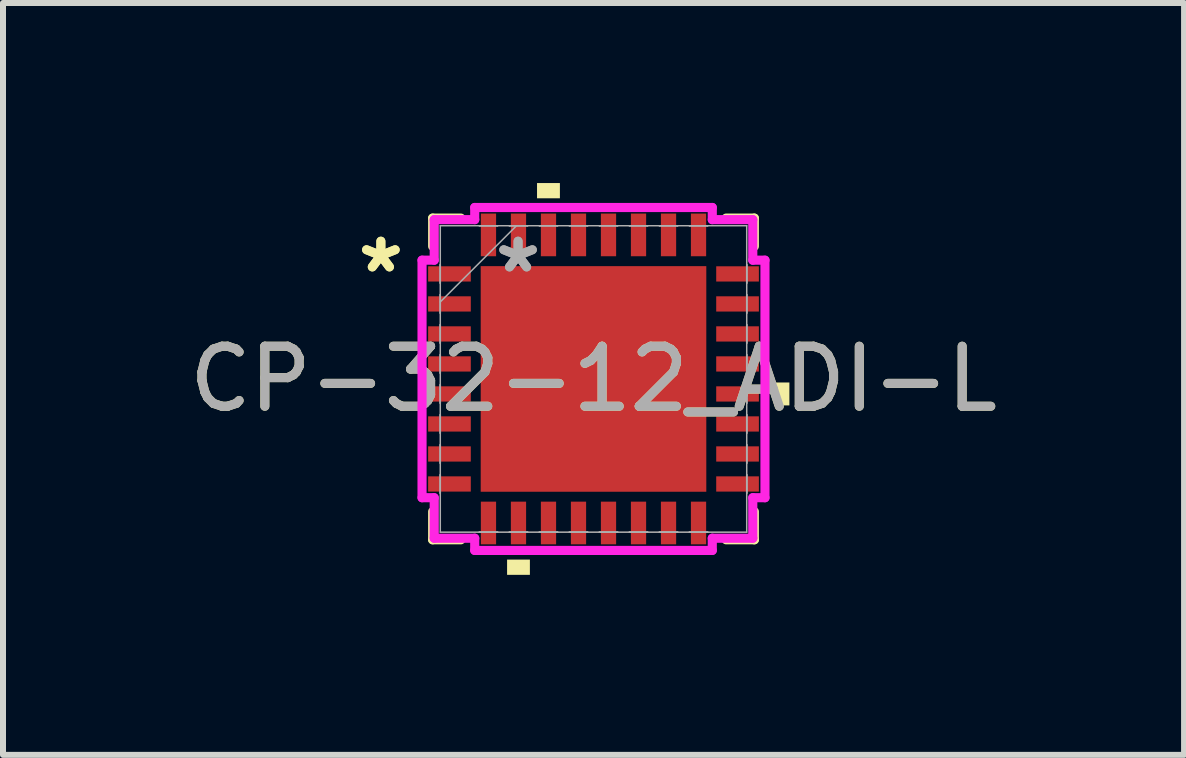
<source format=kicad_pcb>
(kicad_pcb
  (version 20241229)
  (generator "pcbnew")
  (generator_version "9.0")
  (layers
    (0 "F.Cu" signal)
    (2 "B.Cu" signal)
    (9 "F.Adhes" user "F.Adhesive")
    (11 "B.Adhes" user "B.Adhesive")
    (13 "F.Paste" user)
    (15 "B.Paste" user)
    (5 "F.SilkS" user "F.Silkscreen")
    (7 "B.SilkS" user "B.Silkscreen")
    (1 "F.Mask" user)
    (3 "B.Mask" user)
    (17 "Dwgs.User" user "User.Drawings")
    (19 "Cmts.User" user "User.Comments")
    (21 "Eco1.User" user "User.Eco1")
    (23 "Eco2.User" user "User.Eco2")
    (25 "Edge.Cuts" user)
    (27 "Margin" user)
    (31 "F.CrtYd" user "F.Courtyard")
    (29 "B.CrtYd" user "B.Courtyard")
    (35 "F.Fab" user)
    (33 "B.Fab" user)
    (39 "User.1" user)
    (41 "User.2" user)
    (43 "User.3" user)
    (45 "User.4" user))
  (footprint "CP-32-12_ADI-L"
    (layer "F.Cu")
    (at 6.839 3.264)
    (property "Reference" "CP-32-12_ADI-L" (at 0 0 0) (unlocked yes) (layer "F.SilkS") (effects (font (size 1 1) (thickness 0.15))))
    (attr smd)
    (fp_line (start -2.68 -2.68) (end -2.68 -2.21) (stroke (width 0.152) (type solid)) (layer "F.SilkS"))
    (fp_line (start -2.68 2.21) (end -2.68 2.68) (stroke (width 0.152) (type solid)) (layer "F.SilkS"))
    (fp_line (start -2.68 2.68) (end -2.21 2.68) (stroke (width 0.152) (type solid)) (layer "F.SilkS"))
    (fp_line (start -2.21 -2.68) (end -2.68 -2.68) (stroke (width 0.152) (type solid)) (layer "F.SilkS"))
    (fp_line (start 2.21 2.68) (end 2.68 2.68) (stroke (width 0.152) (type solid)) (layer "F.SilkS"))
    (fp_line (start 2.68 -2.68) (end 2.21 -2.68) (stroke (width 0.152) (type solid)) (layer "F.SilkS"))
    (fp_line (start 2.68 -2.21) (end 2.68 -2.68) (stroke (width 0.152) (type solid)) (layer "F.SilkS"))
    (fp_line (start 2.68 2.68) (end 2.68 2.21) (stroke (width 0.152) (type solid)) (layer "F.SilkS"))
    (fp_poly (pts (xy -1.44 3.01) (xy -1.44 3.264) (xy -1.06 3.264) (xy -1.06 3.01)) (stroke (width 0) (type solid)) (fill yes) (layer "F.SilkS"))
    (fp_poly (pts (xy -0.941 -3.01) (xy -0.941 -3.264) (xy -0.56 -3.264) (xy -0.56 -3.01)) (stroke (width 0) (type solid)) (fill yes) (layer "F.SilkS"))
    (fp_poly (pts (xy 3.264 0.059) (xy 3.264 0.441) (xy 3.01 0.441) (xy 3.01 0.059)) (stroke (width 0) (type solid)) (fill yes) (layer "F.SilkS"))
    (fp_line (start -2.857 -1.979) (end -2.654 -1.979) (stroke (width 0.152) (type solid)) (layer "F.CrtYd"))
    (fp_line (start -2.857 1.979) (end -2.857 -1.979) (stroke (width 0.152) (type solid)) (layer "F.CrtYd"))
    (fp_line (start -2.654 -2.654) (end -1.979 -2.654) (stroke (width 0.152) (type solid)) (layer "F.CrtYd"))
    (fp_line (start -2.654 -1.979) (end -2.654 -2.654) (stroke (width 0.152) (type solid)) (layer "F.CrtYd"))
    (fp_line (start -2.654 1.979) (end -2.857 1.979) (stroke (width 0.152) (type solid)) (layer "F.CrtYd"))
    (fp_line (start -2.654 2.654) (end -2.654 1.979) (stroke (width 0.152) (type solid)) (layer "F.CrtYd"))
    (fp_line (start -1.979 -2.857) (end 1.979 -2.857) (stroke (width 0.152) (type solid)) (layer "F.CrtYd"))
    (fp_line (start -1.979 -2.654) (end -1.979 -2.857) (stroke (width 0.152) (type solid)) (layer "F.CrtYd"))
    (fp_line (start -1.979 2.654) (end -2.654 2.654) (stroke (width 0.152) (type solid)) (layer "F.CrtYd"))
    (fp_line (start -1.979 2.857) (end -1.979 2.654) (stroke (width 0.152) (type solid)) (layer "F.CrtYd"))
    (fp_line (start 1.979 -2.857) (end 1.979 -2.654) (stroke (width 0.152) (type solid)) (layer "F.CrtYd"))
    (fp_line (start 1.979 -2.654) (end 2.654 -2.654) (stroke (width 0.152) (type solid)) (layer "F.CrtYd"))
    (fp_line (start 1.979 2.654) (end 1.979 2.857) (stroke (width 0.152) (type solid)) (layer "F.CrtYd"))
    (fp_line (start 1.979 2.857) (end -1.979 2.857) (stroke (width 0.152) (type solid)) (layer "F.CrtYd"))
    (fp_line (start 2.654 -2.654) (end 2.654 -1.979) (stroke (width 0.152) (type solid)) (layer "F.CrtYd"))
    (fp_line (start 2.654 -1.979) (end 2.857 -1.979) (stroke (width 0.152) (type solid)) (layer "F.CrtYd"))
    (fp_line (start 2.654 1.979) (end 2.654 2.654) (stroke (width 0.152) (type solid)) (layer "F.CrtYd"))
    (fp_line (start 2.654 2.654) (end 1.979 2.654) (stroke (width 0.152) (type solid)) (layer "F.CrtYd"))
    (fp_line (start 2.857 -1.979) (end 2.857 1.979) (stroke (width 0.152) (type solid)) (layer "F.CrtYd"))
    (fp_line (start 2.857 1.979) (end 2.654 1.979) (stroke (width 0.152) (type solid)) (layer "F.CrtYd"))
    (fp_line (start -2.553 -2.553) (end -2.553 2.553) (stroke (width 0.025) (type solid)) (layer "F.Fab"))
    (fp_line (start -2.553 -1.902) (end -2.553 -1.902) (stroke (width 0.025) (type solid)) (layer "F.Fab"))
    (fp_line (start -2.553 -1.902) (end -2.553 -1.598) (stroke (width 0.025) (type solid)) (layer "F.Fab"))
    (fp_line (start -2.553 -1.598) (end -2.553 -1.902) (stroke (width 0.025) (type solid)) (layer "F.Fab"))
    (fp_line (start -2.553 -1.598) (end -2.553 -1.598) (stroke (width 0.025) (type solid)) (layer "F.Fab"))
    (fp_line (start -2.553 -1.402) (end -2.553 -1.402) (stroke (width 0.025) (type solid)) (layer "F.Fab"))
    (fp_line (start -2.553 -1.402) (end -2.553 -1.098) (stroke (width 0.025) (type solid)) (layer "F.Fab"))
    (fp_line (start -2.553 -1.283) (end -1.283 -2.553) (stroke (width 0.025) (type solid)) (layer "F.Fab"))
    (fp_line (start -2.553 -1.098) (end -2.553 -1.402) (stroke (width 0.025) (type solid)) (layer "F.Fab"))
    (fp_line (start -2.553 -1.098) (end -2.553 -1.098) (stroke (width 0.025) (type solid)) (layer "F.Fab"))
    (fp_line (start -2.553 -0.902) (end -2.553 -0.902) (stroke (width 0.025) (type solid)) (layer "F.Fab"))
    (fp_line (start -2.553 -0.902) (end -2.553 -0.598) (stroke (width 0.025) (type solid)) (layer "F.Fab"))
    (fp_line (start -2.553 -0.598) (end -2.553 -0.902) (stroke (width 0.025) (type solid)) (layer "F.Fab"))
    (fp_line (start -2.553 -0.598) (end -2.553 -0.598) (stroke (width 0.025) (type solid)) (layer "F.Fab"))
    (fp_line (start -2.553 -0.402) (end -2.553 -0.402) (stroke (width 0.025) (type solid)) (layer "F.Fab"))
    (fp_line (start -2.553 -0.402) (end -2.553 -0.098) (stroke (width 0.025) (type solid)) (layer "F.Fab"))
    (fp_line (start -2.553 -0.098) (end -2.553 -0.402) (stroke (width 0.025) (type solid)) (layer "F.Fab"))
    (fp_line (start -2.553 -0.098) (end -2.553 -0.098) (stroke (width 0.025) (type solid)) (layer "F.Fab"))
    (fp_line (start -2.553 0.098) (end -2.553 0.098) (stroke (width 0.025) (type solid)) (layer "F.Fab"))
    (fp_line (start -2.553 0.098) (end -2.553 0.402) (stroke (width 0.025) (type solid)) (layer "F.Fab"))
    (fp_line (start -2.553 0.402) (end -2.553 0.098) (stroke (width 0.025) (type solid)) (layer "F.Fab"))
    (fp_line (start -2.553 0.402) (end -2.553 0.402) (stroke (width 0.025) (type solid)) (layer "F.Fab"))
    (fp_line (start -2.553 0.598) (end -2.553 0.598) (stroke (width 0.025) (type solid)) (layer "F.Fab"))
    (fp_line (start -2.553 0.598) (end -2.553 0.902) (stroke (width 0.025) (type solid)) (layer "F.Fab"))
    (fp_line (start -2.553 0.902) (end -2.553 0.598) (stroke (width 0.025) (type solid)) (layer "F.Fab"))
    (fp_line (start -2.553 0.902) (end -2.553 0.902) (stroke (width 0.025) (type solid)) (layer "F.Fab"))
    (fp_line (start -2.553 1.098) (end -2.553 1.098) (stroke (width 0.025) (type solid)) (layer "F.Fab"))
    (fp_line (start -2.553 1.098) (end -2.553 1.402) (stroke (width 0.025) (type solid)) (layer "F.Fab"))
    (fp_line (start -2.553 1.402) (end -2.553 1.098) (stroke (width 0.025) (type solid)) (layer "F.Fab"))
    (fp_line (start -2.553 1.402) (end -2.553 1.402) (stroke (width 0.025) (type solid)) (layer "F.Fab"))
    (fp_line (start -2.553 1.598) (end -2.553 1.598) (stroke (width 0.025) (type solid)) (layer "F.Fab"))
    (fp_line (start -2.553 1.598) (end -2.553 1.902) (stroke (width 0.025) (type solid)) (layer "F.Fab"))
    (fp_line (start -2.553 1.902) (end -2.553 1.598) (stroke (width 0.025) (type solid)) (layer "F.Fab"))
    (fp_line (start -2.553 1.902) (end -2.553 1.902) (stroke (width 0.025) (type solid)) (layer "F.Fab"))
    (fp_line (start -2.553 2.553) (end 2.553 2.553) (stroke (width 0.025) (type solid)) (layer "F.Fab"))
    (fp_line (start -1.902 -2.553) (end -1.902 -2.553) (stroke (width 0.025) (type solid)) (layer "F.Fab"))
    (fp_line (start -1.902 -2.553) (end -1.598 -2.553) (stroke (width 0.025) (type solid)) (layer "F.Fab"))
    (fp_line (start -1.902 2.553) (end -1.902 2.553) (stroke (width 0.025) (type solid)) (layer "F.Fab"))
    (fp_line (start -1.902 2.553) (end -1.598 2.553) (stroke (width 0.025) (type solid)) (layer "F.Fab"))
    (fp_line (start -1.598 -2.553) (end -1.902 -2.553) (stroke (width 0.025) (type solid)) (layer "F.Fab"))
    (fp_line (start -1.598 -2.553) (end -1.598 -2.553) (stroke (width 0.025) (type solid)) (layer "F.Fab"))
    (fp_line (start -1.598 2.553) (end -1.902 2.553) (stroke (width 0.025) (type solid)) (layer "F.Fab"))
    (fp_line (start -1.598 2.553) (end -1.598 2.553) (stroke (width 0.025) (type solid)) (layer "F.Fab"))
    (fp_line (start -1.402 -2.553) (end -1.402 -2.553) (stroke (width 0.025) (type solid)) (layer "F.Fab"))
    (fp_line (start -1.402 -2.553) (end -1.098 -2.553) (stroke (width 0.025) (type solid)) (layer "F.Fab"))
    (fp_line (start -1.402 2.553) (end -1.402 2.553) (stroke (width 0.025) (type solid)) (layer "F.Fab"))
    (fp_line (start -1.402 2.553) (end -1.098 2.553) (stroke (width 0.025) (type solid)) (layer "F.Fab"))
    (fp_line (start -1.098 -2.553) (end -1.402 -2.553) (stroke (width 0.025) (type solid)) (layer "F.Fab"))
    (fp_line (start -1.098 -2.553) (end -1.098 -2.553) (stroke (width 0.025) (type solid)) (layer "F.Fab"))
    (fp_line (start -1.098 2.553) (end -1.402 2.553) (stroke (width 0.025) (type solid)) (layer "F.Fab"))
    (fp_line (start -1.098 2.553) (end -1.098 2.553) (stroke (width 0.025) (type solid)) (layer "F.Fab"))
    (fp_line (start -0.902 -2.553) (end -0.902 -2.553) (stroke (width 0.025) (type solid)) (layer "F.Fab"))
    (fp_line (start -0.902 -2.553) (end -0.598 -2.553) (stroke (width 0.025) (type solid)) (layer "F.Fab"))
    (fp_line (start -0.902 2.553) (end -0.902 2.553) (stroke (width 0.025) (type solid)) (layer "F.Fab"))
    (fp_line (start -0.902 2.553) (end -0.598 2.553) (stroke (width 0.025) (type solid)) (layer "F.Fab"))
    (fp_line (start -0.598 -2.553) (end -0.902 -2.553) (stroke (width 0.025) (type solid)) (layer "F.Fab"))
    (fp_line (start -0.598 -2.553) (end -0.598 -2.553) (stroke (width 0.025) (type solid)) (layer "F.Fab"))
    (fp_line (start -0.598 2.553) (end -0.902 2.553) (stroke (width 0.025) (type solid)) (layer "F.Fab"))
    (fp_line (start -0.598 2.553) (end -0.598 2.553) (stroke (width 0.025) (type solid)) (layer "F.Fab"))
    (fp_line (start -0.402 -2.553) (end -0.402 -2.553) (stroke (width 0.025) (type solid)) (layer "F.Fab"))
    (fp_line (start -0.402 -2.553) (end -0.098 -2.553) (stroke (width 0.025) (type solid)) (layer "F.Fab"))
    (fp_line (start -0.402 2.553) (end -0.402 2.553) (stroke (width 0.025) (type solid)) (layer "F.Fab"))
    (fp_line (start -0.402 2.553) (end -0.098 2.553) (stroke (width 0.025) (type solid)) (layer "F.Fab"))
    (fp_line (start -0.098 -2.553) (end -0.402 -2.553) (stroke (width 0.025) (type solid)) (layer "F.Fab"))
    (fp_line (start -0.098 -2.553) (end -0.098 -2.553) (stroke (width 0.025) (type solid)) (layer "F.Fab"))
    (fp_line (start -0.098 2.553) (end -0.402 2.553) (stroke (width 0.025) (type solid)) (layer "F.Fab"))
    (fp_line (start -0.098 2.553) (end -0.098 2.553) (stroke (width 0.025) (type solid)) (layer "F.Fab"))
    (fp_line (start 0.098 -2.553) (end 0.098 -2.553) (stroke (width 0.025) (type solid)) (layer "F.Fab"))
    (fp_line (start 0.098 -2.553) (end 0.402 -2.553) (stroke (width 0.025) (type solid)) (layer "F.Fab"))
    (fp_line (start 0.098 2.553) (end 0.098 2.553) (stroke (width 0.025) (type solid)) (layer "F.Fab"))
    (fp_line (start 0.098 2.553) (end 0.402 2.553) (stroke (width 0.025) (type solid)) (layer "F.Fab"))
    (fp_line (start 0.402 -2.553) (end 0.098 -2.553) (stroke (width 0.025) (type solid)) (layer "F.Fab"))
    (fp_line (start 0.402 -2.553) (end 0.402 -2.553) (stroke (width 0.025) (type solid)) (layer "F.Fab"))
    (fp_line (start 0.402 2.553) (end 0.098 2.553) (stroke (width 0.025) (type solid)) (layer "F.Fab"))
    (fp_line (start 0.402 2.553) (end 0.402 2.553) (stroke (width 0.025) (type solid)) (layer "F.Fab"))
    (fp_line (start 0.598 -2.553) (end 0.598 -2.553) (stroke (width 0.025) (type solid)) (layer "F.Fab"))
    (fp_line (start 0.598 -2.553) (end 0.902 -2.553) (stroke (width 0.025) (type solid)) (layer "F.Fab"))
    (fp_line (start 0.598 2.553) (end 0.598 2.553) (stroke (width 0.025) (type solid)) (layer "F.Fab"))
    (fp_line (start 0.598 2.553) (end 0.902 2.553) (stroke (width 0.025) (type solid)) (layer "F.Fab"))
    (fp_line (start 0.902 -2.553) (end 0.598 -2.553) (stroke (width 0.025) (type solid)) (layer "F.Fab"))
    (fp_line (start 0.902 -2.553) (end 0.902 -2.553) (stroke (width 0.025) (type solid)) (layer "F.Fab"))
    (fp_line (start 0.902 2.553) (end 0.598 2.553) (stroke (width 0.025) (type solid)) (layer "F.Fab"))
    (fp_line (start 0.902 2.553) (end 0.902 2.553) (stroke (width 0.025) (type solid)) (layer "F.Fab"))
    (fp_line (start 1.098 -2.553) (end 1.098 -2.553) (stroke (width 0.025) (type solid)) (layer "F.Fab"))
    (fp_line (start 1.098 -2.553) (end 1.402 -2.553) (stroke (width 0.025) (type solid)) (layer "F.Fab"))
    (fp_line (start 1.098 2.553) (end 1.098 2.553) (stroke (width 0.025) (type solid)) (layer "F.Fab"))
    (fp_line (start 1.098 2.553) (end 1.402 2.553) (stroke (width 0.025) (type solid)) (layer "F.Fab"))
    (fp_line (start 1.402 -2.553) (end 1.098 -2.553) (stroke (width 0.025) (type solid)) (layer "F.Fab"))
    (fp_line (start 1.402 -2.553) (end 1.402 -2.553) (stroke (width 0.025) (type solid)) (layer "F.Fab"))
    (fp_line (start 1.402 2.553) (end 1.098 2.553) (stroke (width 0.025) (type solid)) (layer "F.Fab"))
    (fp_line (start 1.402 2.553) (end 1.402 2.553) (stroke (width 0.025) (type solid)) (layer "F.Fab"))
    (fp_line (start 1.598 -2.553) (end 1.598 -2.553) (stroke (width 0.025) (type solid)) (layer "F.Fab"))
    (fp_line (start 1.598 -2.553) (end 1.902 -2.553) (stroke (width 0.025) (type solid)) (layer "F.Fab"))
    (fp_line (start 1.598 2.553) (end 1.598 2.553) (stroke (width 0.025) (type solid)) (layer "F.Fab"))
    (fp_line (start 1.598 2.553) (end 1.902 2.553) (stroke (width 0.025) (type solid)) (layer "F.Fab"))
    (fp_line (start 1.902 -2.553) (end 1.598 -2.553) (stroke (width 0.025) (type solid)) (layer "F.Fab"))
    (fp_line (start 1.902 -2.553) (end 1.902 -2.553) (stroke (width 0.025) (type solid)) (layer "F.Fab"))
    (fp_line (start 1.902 2.553) (end 1.598 2.553) (stroke (width 0.025) (type solid)) (layer "F.Fab"))
    (fp_line (start 1.902 2.553) (end 1.902 2.553) (stroke (width 0.025) (type solid)) (layer "F.Fab"))
    (fp_line (start 2.553 -2.553) (end -2.553 -2.553) (stroke (width 0.025) (type solid)) (layer "F.Fab"))
    (fp_line (start 2.553 -1.902) (end 2.553 -1.902) (stroke (width 0.025) (type solid)) (layer "F.Fab"))
    (fp_line (start 2.553 -1.902) (end 2.553 -1.598) (stroke (width 0.025) (type solid)) (layer "F.Fab"))
    (fp_line (start 2.553 -1.598) (end 2.553 -1.902) (stroke (width 0.025) (type solid)) (layer "F.Fab"))
    (fp_line (start 2.553 -1.598) (end 2.553 -1.598) (stroke (width 0.025) (type solid)) (layer "F.Fab"))
    (fp_line (start 2.553 -1.402) (end 2.553 -1.402) (stroke (width 0.025) (type solid)) (layer "F.Fab"))
    (fp_line (start 2.553 -1.402) (end 2.553 -1.098) (stroke (width 0.025) (type solid)) (layer "F.Fab"))
    (fp_line (start 2.553 -1.098) (end 2.553 -1.402) (stroke (width 0.025) (type solid)) (layer "F.Fab"))
    (fp_line (start 2.553 -1.098) (end 2.553 -1.098) (stroke (width 0.025) (type solid)) (layer "F.Fab"))
    (fp_line (start 2.553 -0.902) (end 2.553 -0.902) (stroke (width 0.025) (type solid)) (layer "F.Fab"))
    (fp_line (start 2.553 -0.902) (end 2.553 -0.598) (stroke (width 0.025) (type solid)) (layer "F.Fab"))
    (fp_line (start 2.553 -0.598) (end 2.553 -0.902) (stroke (width 0.025) (type solid)) (layer "F.Fab"))
    (fp_line (start 2.553 -0.598) (end 2.553 -0.598) (stroke (width 0.025) (type solid)) (layer "F.Fab"))
    (fp_line (start 2.553 -0.402) (end 2.553 -0.402) (stroke (width 0.025) (type solid)) (layer "F.Fab"))
    (fp_line (start 2.553 -0.402) (end 2.553 -0.098) (stroke (width 0.025) (type solid)) (layer "F.Fab"))
    (fp_line (start 2.553 -0.098) (end 2.553 -0.402) (stroke (width 0.025) (type solid)) (layer "F.Fab"))
    (fp_line (start 2.553 -0.098) (end 2.553 -0.098) (stroke (width 0.025) (type solid)) (layer "F.Fab"))
    (fp_line (start 2.553 0.098) (end 2.553 0.098) (stroke (width 0.025) (type solid)) (layer "F.Fab"))
    (fp_line (start 2.553 0.098) (end 2.553 0.402) (stroke (width 0.025) (type solid)) (layer "F.Fab"))
    (fp_line (start 2.553 0.402) (end 2.553 0.098) (stroke (width 0.025) (type solid)) (layer "F.Fab"))
    (fp_line (start 2.553 0.402) (end 2.553 0.402) (stroke (width 0.025) (type solid)) (layer "F.Fab"))
    (fp_line (start 2.553 0.598) (end 2.553 0.598) (stroke (width 0.025) (type solid)) (layer "F.Fab"))
    (fp_line (start 2.553 0.598) (end 2.553 0.902) (stroke (width 0.025) (type solid)) (layer "F.Fab"))
    (fp_line (start 2.553 0.902) (end 2.553 0.598) (stroke (width 0.025) (type solid)) (layer "F.Fab"))
    (fp_line (start 2.553 0.902) (end 2.553 0.902) (stroke (width 0.025) (type solid)) (layer "F.Fab"))
    (fp_line (start 2.553 1.098) (end 2.553 1.098) (stroke (width 0.025) (type solid)) (layer "F.Fab"))
    (fp_line (start 2.553 1.098) (end 2.553 1.402) (stroke (width 0.025) (type solid)) (layer "F.Fab"))
    (fp_line (start 2.553 1.402) (end 2.553 1.098) (stroke (width 0.025) (type solid)) (layer "F.Fab"))
    (fp_line (start 2.553 1.402) (end 2.553 1.402) (stroke (width 0.025) (type solid)) (layer "F.Fab"))
    (fp_line (start 2.553 1.598) (end 2.553 1.598) (stroke (width 0.025) (type solid)) (layer "F.Fab"))
    (fp_line (start 2.553 1.598) (end 2.553 1.902) (stroke (width 0.025) (type solid)) (layer "F.Fab"))
    (fp_line (start 2.553 1.902) (end 2.553 1.598) (stroke (width 0.025) (type solid)) (layer "F.Fab"))
    (fp_line (start 2.553 1.902) (end 2.553 1.902) (stroke (width 0.025) (type solid)) (layer "F.Fab"))
    (fp_line (start 2.553 2.553) (end 2.553 -2.553) (stroke (width 0.025) (type solid)) (layer "F.Fab"))
    (fp_text user "*" (at -3.543 -1.75 0) (layer "F.SilkS") (effects (font (size 1 1) (thickness 0.15))))
    (fp_text user "*" (at -3.543 -1.75 0) (unlocked yes) (layer "F.SilkS") (effects (font (size 1 1) (thickness 0.15))))
    (fp_text user "*" (at -1.257 -1.75 0) (layer "F.Fab") (effects (font (size 1 1) (thickness 0.15))))
    (fp_text user "${REFERENCE}" (at 0 0 0) (unlocked yes) (layer "F.Fab") (effects (font (size 1 1) (thickness 0.15))))
    (fp_text user "*" (at -1.257 -1.75 0) (unlocked yes) (layer "F.Fab") (effects (font (size 1 1) (thickness 0.15))))
    (pad "1" smd rect (at -2.4 -1.75 90) (size 0.254 0.711) (layers "F.Cu" "F.Mask" "F.Paste"))
    (pad "2" smd rect (at -2.4 -1.25 90) (size 0.254 0.711) (layers "F.Cu" "F.Mask" "F.Paste"))
    (pad "3" smd rect (at -2.4 -0.75 90) (size 0.254 0.711) (layers "F.Cu" "F.Mask" "F.Paste"))
    (pad "4" smd rect (at -2.4 -0.25 90) (size 0.254 0.711) (layers "F.Cu" "F.Mask" "F.Paste"))
    (pad "5" smd rect (at -2.4 0.25 90) (size 0.254 0.711) (layers "F.Cu" "F.Mask" "F.Paste"))
    (pad "6" smd rect (at -2.4 0.75 90) (size 0.254 0.711) (layers "F.Cu" "F.Mask" "F.Paste"))
    (pad "7" smd rect (at -2.4 1.25 90) (size 0.254 0.711) (layers "F.Cu" "F.Mask" "F.Paste"))
    (pad "8" smd rect (at -2.4 1.75 90) (size 0.254 0.711) (layers "F.Cu" "F.Mask" "F.Paste"))
    (pad "9" smd rect (at -1.75 2.4) (size 0.254 0.711) (layers "F.Cu" "F.Mask" "F.Paste"))
    (pad "10" smd rect (at -1.25 2.4) (size 0.254 0.711) (layers "F.Cu" "F.Mask" "F.Paste"))
    (pad "11" smd rect (at -0.75 2.4) (size 0.254 0.711) (layers "F.Cu" "F.Mask" "F.Paste"))
    (pad "12" smd rect (at -0.25 2.4) (size 0.254 0.711) (layers "F.Cu" "F.Mask" "F.Paste"))
    (pad "13" smd rect (at 0.25 2.4) (size 0.254 0.711) (layers "F.Cu" "F.Mask" "F.Paste"))
    (pad "14" smd rect (at 0.75 2.4) (size 0.254 0.711) (layers "F.Cu" "F.Mask" "F.Paste"))
    (pad "15" smd rect (at 1.25 2.4) (size 0.254 0.711) (layers "F.Cu" "F.Mask" "F.Paste"))
    (pad "16" smd rect (at 1.75 2.4) (size 0.254 0.711) (layers "F.Cu" "F.Mask" "F.Paste"))
    (pad "17" smd rect (at 2.4 1.75 90) (size 0.254 0.711) (layers "F.Cu" "F.Mask" "F.Paste"))
    (pad "18" smd rect (at 2.4 1.25 90) (size 0.254 0.711) (layers "F.Cu" "F.Mask" "F.Paste"))
    (pad "19" smd rect (at 2.4 0.75 90) (size 0.254 0.711) (layers "F.Cu" "F.Mask" "F.Paste"))
    (pad "20" smd rect (at 2.4 0.25 90) (size 0.254 0.711) (layers "F.Cu" "F.Mask" "F.Paste"))
    (pad "21" smd rect (at 2.4 -0.25 90) (size 0.254 0.711) (layers "F.Cu" "F.Mask" "F.Paste"))
    (pad "22" smd rect (at 2.4 -0.75 90) (size 0.254 0.711) (layers "F.Cu" "F.Mask" "F.Paste"))
    (pad "23" smd rect (at 2.4 -1.25 90) (size 0.254 0.711) (layers "F.Cu" "F.Mask" "F.Paste"))
    (pad "24" smd rect (at 2.4 -1.75 90) (size 0.254 0.711) (layers "F.Cu" "F.Mask" "F.Paste"))
    (pad "25" smd rect (at 1.75 -2.4) (size 0.254 0.711) (layers "F.Cu" "F.Mask" "F.Paste"))
    (pad "26" smd rect (at 1.25 -2.4) (size 0.254 0.711) (layers "F.Cu" "F.Mask" "F.Paste"))
    (pad "27" smd rect (at 0.75 -2.4) (size 0.254 0.711) (layers "F.Cu" "F.Mask" "F.Paste"))
    (pad "28" smd rect (at 0.25 -2.4) (size 0.254 0.711) (layers "F.Cu" "F.Mask" "F.Paste"))
    (pad "29" smd rect (at -0.25 -2.4) (size 0.254 0.711) (layers "F.Cu" "F.Mask" "F.Paste"))
    (pad "30" smd rect (at -0.75 -2.4) (size 0.254 0.711) (layers "F.Cu" "F.Mask" "F.Paste"))
    (pad "31" smd rect (at -1.25 -2.4) (size 0.254 0.711) (layers "F.Cu" "F.Mask" "F.Paste"))
    (pad "32" smd rect (at -1.75 -2.4) (size 0.254 0.711) (layers "F.Cu" "F.Mask" "F.Paste"))
    (pad "33" smd rect (at 0 0) (size 3.759 3.759) (layers "F.Cu" "F.Mask" "F.Paste")))
  (gr_rect
    (start -3 -3)
    (end 16.679 9.528)
    (stroke (width 0.1) (type default))
    (fill no)
    (layer "Edge.Cuts")))
</source>
